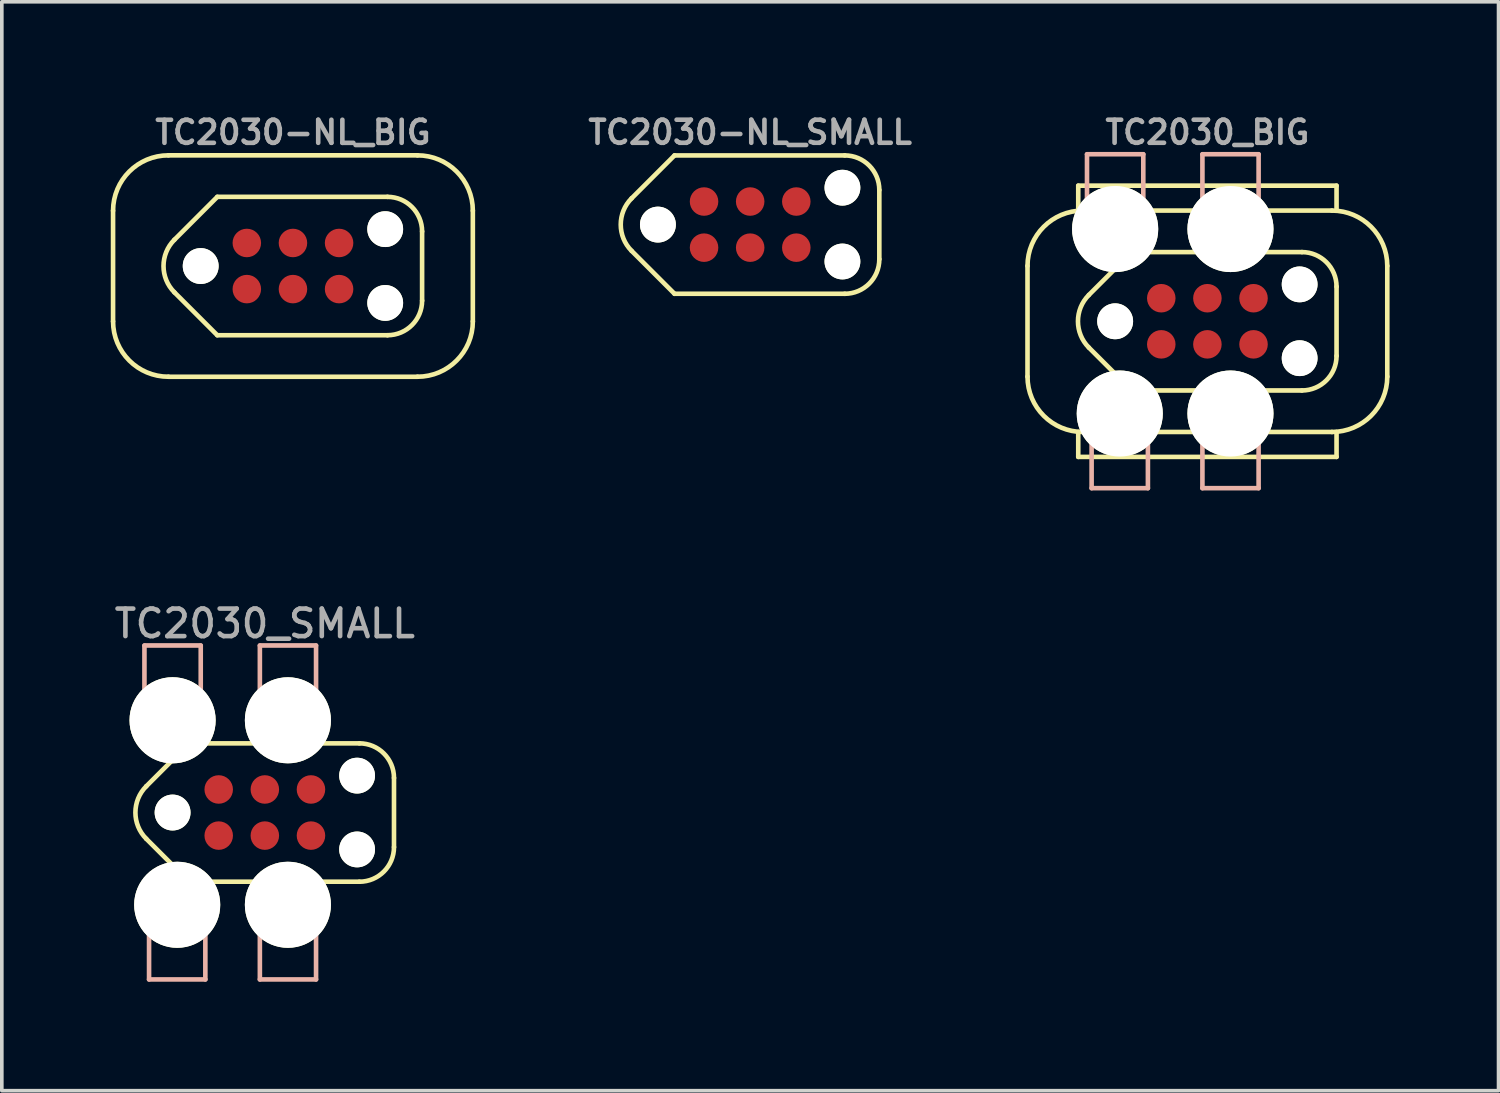
<source format=kicad_pcb>
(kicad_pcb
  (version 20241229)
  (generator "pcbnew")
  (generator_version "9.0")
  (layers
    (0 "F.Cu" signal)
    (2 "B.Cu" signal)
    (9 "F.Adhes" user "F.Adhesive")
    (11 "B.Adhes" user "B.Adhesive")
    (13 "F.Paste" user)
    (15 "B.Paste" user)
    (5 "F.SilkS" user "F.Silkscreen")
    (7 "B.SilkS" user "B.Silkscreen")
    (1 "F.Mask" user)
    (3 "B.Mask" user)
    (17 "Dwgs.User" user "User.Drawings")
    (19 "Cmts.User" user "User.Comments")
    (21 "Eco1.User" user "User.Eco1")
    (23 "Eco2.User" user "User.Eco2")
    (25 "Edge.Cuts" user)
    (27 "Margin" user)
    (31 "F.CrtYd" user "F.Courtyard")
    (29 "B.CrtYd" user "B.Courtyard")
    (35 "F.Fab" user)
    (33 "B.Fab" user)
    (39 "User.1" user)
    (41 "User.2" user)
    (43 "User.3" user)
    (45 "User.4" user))
  (footprint "TC2030-NL_BIG"
    (layer "F.Cu")
    (at 5.016 4.275)
    (property "Reference" "TC2030-NL_BIG" (at 0 -3.68 0) (layer "F.Fab") (effects (font (size 0.635 0.635) (thickness 0.127))))
    (attr exclude_from_pos_files exclude_from_bom)
    (fp_line (start -4.953 1.524) (end -4.953 -1.524) (stroke (width 0.127) (type solid)) (layer "F.SilkS"))
    (fp_line (start -3.429 -3.048) (end 3.429 -3.048) (stroke (width 0.127) (type solid)) (layer "F.SilkS"))
    (fp_line (start -3.429 3.048) (end 3.429 3.048) (stroke (width 0.127) (type solid)) (layer "F.SilkS"))
    (fp_line (start -3.264 -0.724) (end -2.083 -1.905) (stroke (width 0.127) (type solid)) (layer "F.SilkS"))
    (fp_line (start -3.264 0.724) (end -2.083 1.905) (stroke (width 0.127) (type solid)) (layer "F.SilkS"))
    (fp_line (start 2.603 -1.905) (end -2.083 -1.905) (stroke (width 0.127) (type solid)) (layer "F.SilkS"))
    (fp_line (start 2.603 1.905) (end -2.083 1.905) (stroke (width 0.127) (type solid)) (layer "F.SilkS"))
    (fp_line (start 3.556 -0.953) (end 3.556 0.953) (stroke (width 0.127) (type solid)) (layer "F.SilkS"))
    (fp_line (start 4.953 -1.524) (end 4.953 1.524) (stroke (width 0.127) (type solid)) (layer "F.SilkS"))
    (fp_arc (start -4.953 -1.524) (mid -4.506631 -2.601631) (end -3.429 -3.048) (stroke (width 0.127) (type solid)) (layer "F.SilkS"))
    (fp_arc (start -3.429 3.048) (mid -4.506631 2.601631) (end -4.953 1.524) (stroke (width 0.127) (type solid)) (layer "F.SilkS"))
    (fp_arc (start -3.2639 0.7239) (mid -3.563749 0) (end -3.2639 -0.7239) (stroke (width 0.127) (type solid)) (layer "F.SilkS"))
    (fp_arc (start 2.6035 -1.905) (mid 3.277019 -1.626019) (end 3.556 -0.9525) (stroke (width 0.127) (type solid)) (layer "F.SilkS"))
    (fp_arc (start 3.429 -3.048) (mid 4.506631 -2.601631) (end 4.953 -1.524) (stroke (width 0.127) (type solid)) (layer "F.SilkS"))
    (fp_arc (start 3.556 0.9525) (mid 3.277019 1.626019) (end 2.6035 1.905) (stroke (width 0.127) (type solid)) (layer "F.SilkS"))
    (fp_arc (start 4.953 1.524) (mid 4.506631 2.601631) (end 3.429 3.048) (stroke (width 0.127) (type solid)) (layer "F.SilkS"))
    (pad "" np_thru_hole circle (at -2.54 0) (size 0.988 0.988) (drill 0.988) (layers "*.Cu" "*.Mask" "F.SilkS"))
    (pad "" np_thru_hole circle (at 2.54 -1.016) (size 0.986 0.986) (drill 0.986) (layers "*.Cu" "*.Mask" "F.SilkS"))
    (pad "" np_thru_hole circle (at 2.54 1.016) (size 0.986 0.986) (drill 0.986) (layers "*.Cu" "*.Mask" "F.SilkS"))
    (pad "1" connect circle (at -1.27 0.635) (size 0.785 0.785) (layers "F.Cu" "F.Mask"))
    (pad "2" connect circle (at -1.27 -0.635) (size 0.785 0.785) (layers "F.Cu" "F.Mask"))
    (pad "3" connect circle (at 0 0.635) (size 0.785 0.785) (layers "F.Cu" "F.Mask"))
    (pad "4" connect circle (at 0 -0.635) (size 0.785 0.785) (layers "F.Cu" "F.Mask"))
    (pad "5" connect circle (at 1.27 0.635) (size 0.785 0.785) (layers "F.Cu" "F.Mask"))
    (pad "6" connect circle (at 1.27 -0.635) (size 0.785 0.785) (layers "F.Cu" "F.Mask")))
  (footprint "TC2030_SMALL"
    (layer "F.Cu")
    (at 4.242 19.322)
    (property "Reference" "TC2030_SMALL" (at 0 -5.202 0) (layer "F.Fab") (effects (font (size 0.757 0.757) (thickness 0.127))))
    (attr exclude_from_pos_files exclude_from_bom)
    (fp_line (start -3.264 -0.724) (end -2.083 -1.905) (stroke (width 0.127) (type solid)) (layer "F.SilkS"))
    (fp_line (start -3.264 0.724) (end -2.083 1.905) (stroke (width 0.127) (type solid)) (layer "F.SilkS"))
    (fp_line (start 2.603 -1.905) (end -2.083 -1.905) (stroke (width 0.127) (type solid)) (layer "F.SilkS"))
    (fp_line (start 2.603 1.905) (end -2.083 1.905) (stroke (width 0.127) (type solid)) (layer "F.SilkS"))
    (fp_line (start 3.556 -0.953) (end 3.556 0.953) (stroke (width 0.127) (type solid)) (layer "F.SilkS"))
    (fp_arc (start -3.2639 0.7239) (mid -3.563749 0) (end -3.2639 -0.7239) (stroke (width 0.127) (type solid)) (layer "F.SilkS"))
    (fp_arc (start 2.6035 -1.905) (mid 3.277019 -1.626019) (end 3.556 -0.9525) (stroke (width 0.127) (type solid)) (layer "F.SilkS"))
    (fp_arc (start 3.556 0.9525) (mid 3.277019 1.626019) (end 2.6035 1.905) (stroke (width 0.127) (type solid)) (layer "F.SilkS"))
    (fp_line (start -3.315 -4.6) (end -1.765 -4.6) (stroke (width 0.127) (type solid)) (layer "B.SilkS"))
    (fp_line (start -3.315 -4.595) (end -3.315 -3.378) (stroke (width 0.127) (type solid)) (layer "B.SilkS"))
    (fp_line (start -3.188 4.595) (end -3.188 3.378) (stroke (width 0.127) (type solid)) (layer "B.SilkS"))
    (fp_line (start -1.765 -4.595) (end -1.765 -3.378) (stroke (width 0.127) (type solid)) (layer "B.SilkS"))
    (fp_line (start -1.638 4.595) (end -3.188 4.595) (stroke (width 0.127) (type solid)) (layer "B.SilkS"))
    (fp_line (start -1.638 4.595) (end -1.638 3.378) (stroke (width 0.127) (type solid)) (layer "B.SilkS"))
    (fp_line (start -0.137 -4.6) (end 1.41 -4.6) (stroke (width 0.127) (type solid)) (layer "B.SilkS"))
    (fp_line (start -0.137 -4.595) (end -0.137 -3.378) (stroke (width 0.127) (type solid)) (layer "B.SilkS"))
    (fp_line (start -0.137 4.595) (end -0.137 3.378) (stroke (width 0.127) (type solid)) (layer "B.SilkS"))
    (fp_line (start 1.41 -4.595) (end 1.41 -3.378) (stroke (width 0.127) (type solid)) (layer "B.SilkS"))
    (fp_line (start 1.41 4.595) (end -0.137 4.595) (stroke (width 0.127) (type solid)) (layer "B.SilkS"))
    (fp_line (start 1.41 4.595) (end 1.41 3.378) (stroke (width 0.127) (type solid)) (layer "B.SilkS"))
    (pad "" np_thru_hole circle (at -2.54 -2.54) (size 2.372 2.372) (drill 2.372) (layers "*.Cu" "*.Mask" "F.SilkS"))
    (pad "" np_thru_hole circle (at -2.54 0) (size 0.988 0.988) (drill 0.988) (layers "*.Cu" "*.Mask" "F.SilkS"))
    (pad "" np_thru_hole circle (at -2.413 2.54) (size 2.37 2.37) (drill 2.37) (layers "*.Cu" "*.Mask" "F.SilkS"))
    (pad "" np_thru_hole circle (at 0.635 -2.54) (size 2.37 2.37) (drill 2.37) (layers "*.Cu" "*.Mask" "F.SilkS"))
    (pad "" np_thru_hole circle (at 0.635 2.54) (size 2.37 2.37) (drill 2.37) (layers "*.Cu" "*.Mask" "F.SilkS"))
    (pad "" np_thru_hole circle (at 2.54 -1.016) (size 0.986 0.986) (drill 0.986) (layers "*.Cu" "*.Mask" "F.SilkS"))
    (pad "" np_thru_hole circle (at 2.54 1.016) (size 0.986 0.986) (drill 0.986) (layers "*.Cu" "*.Mask" "F.SilkS"))
    (pad "1" connect circle (at -1.27 0.635) (size 0.785 0.785) (layers "F.Cu" "F.Mask"))
    (pad "2" connect circle (at -1.27 -0.635) (size 0.785 0.785) (layers "F.Cu" "F.Mask"))
    (pad "3" connect circle (at 0 0.635) (size 0.785 0.785) (layers "F.Cu" "F.Mask"))
    (pad "4" connect circle (at 0 -0.635) (size 0.785 0.785) (layers "F.Cu" "F.Mask"))
    (pad "5" connect circle (at 1.27 0.635) (size 0.785 0.785) (layers "F.Cu" "F.Mask"))
    (pad "6" connect circle (at 1.27 -0.635) (size 0.785 0.785) (layers "F.Cu" "F.Mask")))
  (footprint "TC2030_BIG"
    (layer "F.Cu")
    (at 30.194 5.796)
    (property "Reference" "TC2030_BIG" (at 0 -5.202 0) (layer "F.Fab") (effects (font (size 0.635 0.635) (thickness 0.127))))
    (attr exclude_from_pos_files exclude_from_bom)
    (fp_line (start -4.953 1.524) (end -4.953 -1.524) (stroke (width 0.127) (type solid)) (layer "F.SilkS"))
    (fp_line (start -3.556 -3.734) (end -3.556 -3.048) (stroke (width 0.127) (type solid)) (layer "F.SilkS"))
    (fp_line (start -3.556 3.734) (end -3.556 3.048) (stroke (width 0.127) (type solid)) (layer "F.SilkS"))
    (fp_line (start -3.429 -3.048) (end 3.429 -3.048) (stroke (width 0.127) (type solid)) (layer "F.SilkS"))
    (fp_line (start -3.429 3.048) (end 3.429 3.048) (stroke (width 0.127) (type solid)) (layer "F.SilkS"))
    (fp_line (start -3.264 -0.724) (end -2.083 -1.905) (stroke (width 0.127) (type solid)) (layer "F.SilkS"))
    (fp_line (start -3.264 0.724) (end -2.083 1.905) (stroke (width 0.127) (type solid)) (layer "F.SilkS"))
    (fp_line (start 2.603 -1.905) (end -2.083 -1.905) (stroke (width 0.127) (type solid)) (layer "F.SilkS"))
    (fp_line (start 2.603 1.905) (end -2.083 1.905) (stroke (width 0.127) (type solid)) (layer "F.SilkS"))
    (fp_line (start 3.556 -3.734) (end -3.556 -3.734) (stroke (width 0.127) (type solid)) (layer "F.SilkS"))
    (fp_line (start 3.556 -3.734) (end 3.556 -3.048) (stroke (width 0.127) (type solid)) (layer "F.SilkS"))
    (fp_line (start 3.556 -0.953) (end 3.556 0.953) (stroke (width 0.127) (type solid)) (layer "F.SilkS"))
    (fp_line (start 3.556 3.734) (end -3.556 3.734) (stroke (width 0.127) (type solid)) (layer "F.SilkS"))
    (fp_line (start 3.556 3.734) (end 3.556 3.048) (stroke (width 0.127) (type solid)) (layer "F.SilkS"))
    (fp_line (start 4.953 -1.524) (end 4.953 1.524) (stroke (width 0.127) (type solid)) (layer "F.SilkS"))
    (fp_arc (start -4.953 -1.524) (mid -4.506631 -2.601631) (end -3.429 -3.048) (stroke (width 0.127) (type solid)) (layer "F.SilkS"))
    (fp_arc (start -3.429 3.048) (mid -4.506631 2.601631) (end -4.953 1.524) (stroke (width 0.127) (type solid)) (layer "F.SilkS"))
    (fp_arc (start -3.2639 0.7239) (mid -3.563749 0) (end -3.2639 -0.7239) (stroke (width 0.127) (type solid)) (layer "F.SilkS"))
    (fp_arc (start 2.6035 -1.905) (mid 3.277019 -1.626019) (end 3.556 -0.9525) (stroke (width 0.127) (type solid)) (layer "F.SilkS"))
    (fp_arc (start 3.429 -3.048) (mid 4.506631 -2.601631) (end 4.953 -1.524) (stroke (width 0.127) (type solid)) (layer "F.SilkS"))
    (fp_arc (start 3.556 0.9525) (mid 3.277019 1.626019) (end 2.6035 1.905) (stroke (width 0.127) (type solid)) (layer "F.SilkS"))
    (fp_arc (start 4.953 1.524) (mid 4.506631 2.601631) (end 3.429 3.048) (stroke (width 0.127) (type solid)) (layer "F.SilkS"))
    (fp_line (start -3.315 -4.6) (end -1.765 -4.6) (stroke (width 0.127) (type solid)) (layer "B.SilkS"))
    (fp_line (start -3.315 -4.595) (end -3.315 -3.378) (stroke (width 0.127) (type solid)) (layer "B.SilkS"))
    (fp_line (start -3.188 4.595) (end -3.188 3.378) (stroke (width 0.127) (type solid)) (layer "B.SilkS"))
    (fp_line (start -1.765 -4.595) (end -1.765 -3.378) (stroke (width 0.127) (type solid)) (layer "B.SilkS"))
    (fp_line (start -1.638 4.595) (end -3.188 4.595) (stroke (width 0.127) (type solid)) (layer "B.SilkS"))
    (fp_line (start -1.638 4.595) (end -1.638 3.378) (stroke (width 0.127) (type solid)) (layer "B.SilkS"))
    (fp_line (start -0.137 -4.6) (end 1.41 -4.6) (stroke (width 0.127) (type solid)) (layer "B.SilkS"))
    (fp_line (start -0.137 -4.595) (end -0.137 -3.378) (stroke (width 0.127) (type solid)) (layer "B.SilkS"))
    (fp_line (start -0.137 4.595) (end -0.137 3.378) (stroke (width 0.127) (type solid)) (layer "B.SilkS"))
    (fp_line (start 1.41 -4.595) (end 1.41 -3.378) (stroke (width 0.127) (type solid)) (layer "B.SilkS"))
    (fp_line (start 1.41 4.595) (end -0.137 4.595) (stroke (width 0.127) (type solid)) (layer "B.SilkS"))
    (fp_line (start 1.41 4.595) (end 1.41 3.378) (stroke (width 0.127) (type solid)) (layer "B.SilkS"))
    (pad "" np_thru_hole circle (at -2.54 -2.54) (size 2.372 2.372) (drill 2.372) (layers "*.Cu" "*.Mask" "F.SilkS"))
    (pad "" np_thru_hole circle (at -2.54 0) (size 0.988 0.988) (drill 0.988) (layers "*.Cu" "*.Mask" "F.SilkS"))
    (pad "" np_thru_hole circle (at -2.413 2.54) (size 2.37 2.37) (drill 2.37) (layers "*.Cu" "*.Mask" "F.SilkS"))
    (pad "" np_thru_hole circle (at 0.635 -2.54) (size 2.37 2.37) (drill 2.37) (layers "*.Cu" "*.Mask" "F.SilkS"))
    (pad "" np_thru_hole circle (at 0.635 2.54) (size 2.37 2.37) (drill 2.37) (layers "*.Cu" "*.Mask" "F.SilkS"))
    (pad "" np_thru_hole circle (at 2.54 -1.016) (size 0.986 0.986) (drill 0.986) (layers "*.Cu" "*.Mask" "F.SilkS"))
    (pad "" np_thru_hole circle (at 2.54 1.016) (size 0.986 0.986) (drill 0.986) (layers "*.Cu" "*.Mask" "F.SilkS"))
    (pad "1" connect circle (at -1.27 0.635) (size 0.785 0.785) (layers "F.Cu" "F.Mask"))
    (pad "2" connect circle (at -1.27 -0.635) (size 0.785 0.785) (layers "F.Cu" "F.Mask"))
    (pad "3" connect circle (at 0 0.635) (size 0.785 0.785) (layers "F.Cu" "F.Mask"))
    (pad "4" connect circle (at 0 -0.635) (size 0.785 0.785) (layers "F.Cu" "F.Mask"))
    (pad "5" connect circle (at 1.27 0.635) (size 0.785 0.785) (layers "F.Cu" "F.Mask"))
    (pad "6" connect circle (at 1.27 -0.635) (size 0.785 0.785) (layers "F.Cu" "F.Mask")))
  (footprint "TC2030-NL_SMALL"
    (layer "F.Cu")
    (at 17.605 3.134)
    (property "Reference" "TC2030-NL_SMALL" (at 0 -2.54 0) (layer "F.Fab") (effects (font (size 0.635 0.635) (thickness 0.127))))
    (attr exclude_from_pos_files exclude_from_bom)
    (fp_line (start -3.264 -0.724) (end -2.083 -1.905) (stroke (width 0.127) (type solid)) (layer "F.SilkS"))
    (fp_line (start -3.264 0.724) (end -2.083 1.905) (stroke (width 0.127) (type solid)) (layer "F.SilkS"))
    (fp_line (start 2.603 -1.905) (end -2.083 -1.905) (stroke (width 0.127) (type solid)) (layer "F.SilkS"))
    (fp_line (start 2.603 1.905) (end -2.083 1.905) (stroke (width 0.127) (type solid)) (layer "F.SilkS"))
    (fp_line (start 3.556 -0.953) (end 3.556 0.953) (stroke (width 0.127) (type solid)) (layer "F.SilkS"))
    (fp_arc (start -3.2639 0.7239) (mid -3.563749 0) (end -3.2639 -0.7239) (stroke (width 0.127) (type solid)) (layer "F.SilkS"))
    (fp_arc (start 2.6035 -1.905) (mid 3.277019 -1.626019) (end 3.556 -0.9525) (stroke (width 0.127) (type solid)) (layer "F.SilkS"))
    (fp_arc (start 3.556 0.9525) (mid 3.277019 1.626019) (end 2.6035 1.905) (stroke (width 0.127) (type solid)) (layer "F.SilkS"))
    (pad "" np_thru_hole circle (at -2.54 0) (size 0.988 0.988) (drill 0.988) (layers "*.Cu" "*.Mask" "F.SilkS"))
    (pad "" np_thru_hole circle (at 2.54 -1.016) (size 0.986 0.986) (drill 0.986) (layers "*.Cu" "*.Mask" "F.SilkS"))
    (pad "" np_thru_hole circle (at 2.54 1.016) (size 0.986 0.986) (drill 0.986) (layers "*.Cu" "*.Mask" "F.SilkS"))
    (pad "1" connect circle (at -1.27 0.635) (size 0.785 0.785) (layers "F.Cu" "F.Mask"))
    (pad "2" connect circle (at -1.27 -0.635) (size 0.785 0.785) (layers "F.Cu" "F.Mask"))
    (pad "3" connect circle (at 0 0.635) (size 0.785 0.785) (layers "F.Cu" "F.Mask"))
    (pad "4" connect circle (at 0 -0.635) (size 0.785 0.785) (layers "F.Cu" "F.Mask"))
    (pad "5" connect circle (at 1.27 0.635) (size 0.785 0.785) (layers "F.Cu" "F.Mask"))
    (pad "6" connect circle (at 1.27 -0.635) (size 0.785 0.785) (layers "F.Cu" "F.Mask")))
  (gr_rect
    (start -3 -3)
    (end 38.21 26.981)
    (stroke (width 0.1) (type default))
    (fill no)
    (layer "Edge.Cuts")))
</source>
